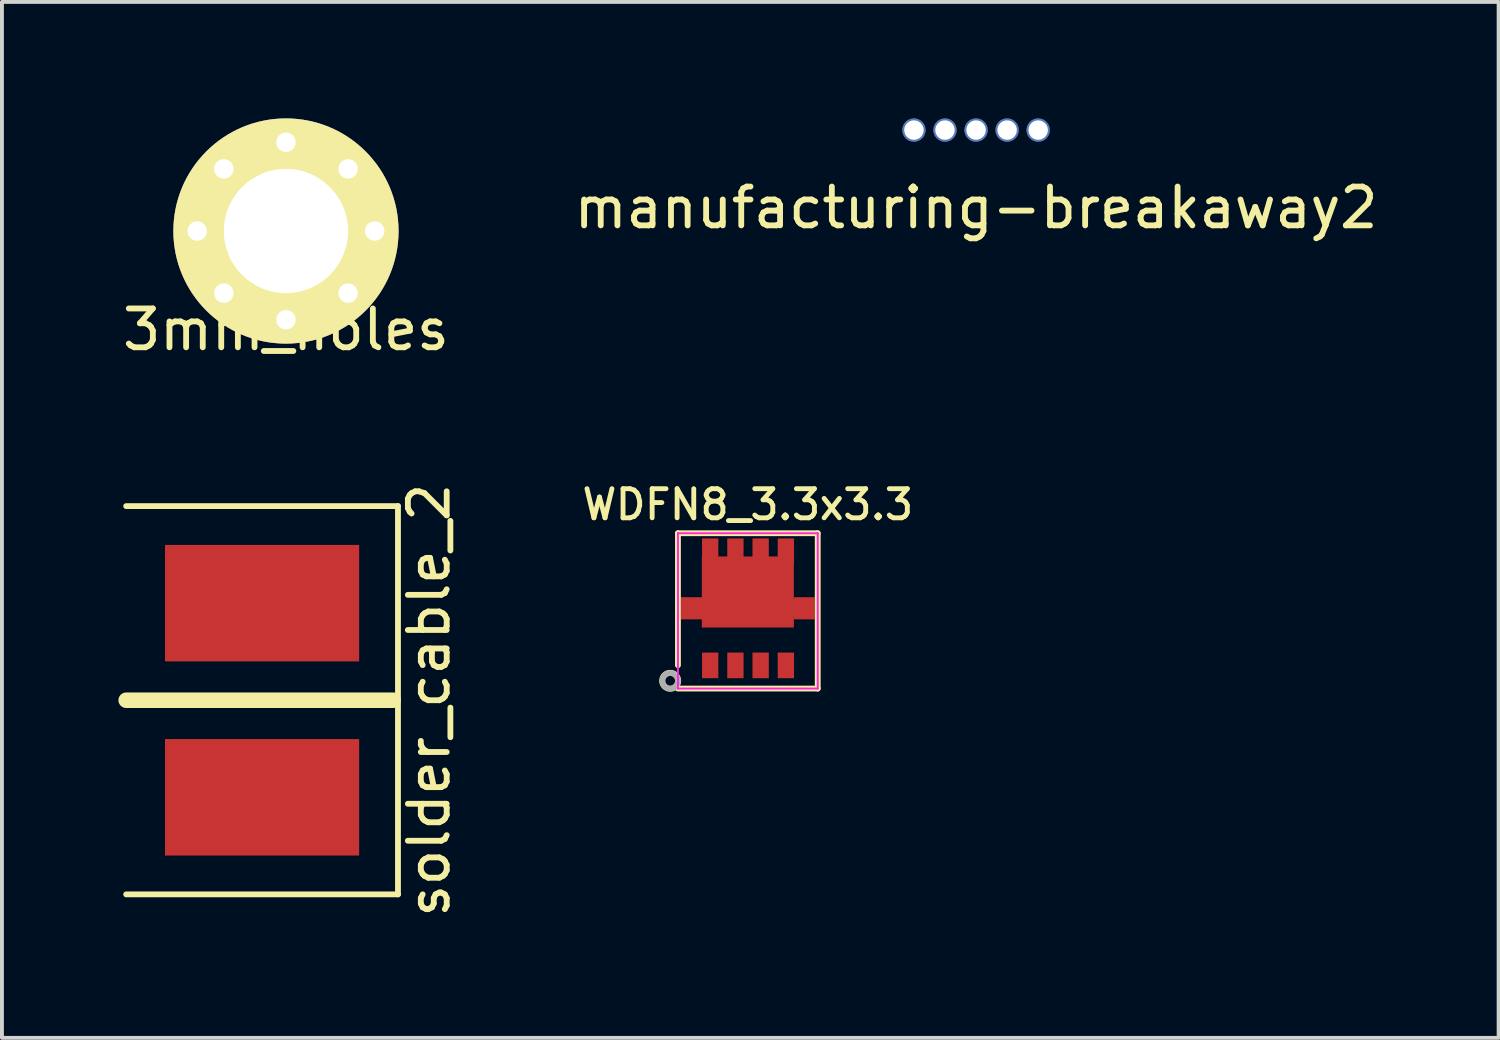
<source format=kicad_pcb>
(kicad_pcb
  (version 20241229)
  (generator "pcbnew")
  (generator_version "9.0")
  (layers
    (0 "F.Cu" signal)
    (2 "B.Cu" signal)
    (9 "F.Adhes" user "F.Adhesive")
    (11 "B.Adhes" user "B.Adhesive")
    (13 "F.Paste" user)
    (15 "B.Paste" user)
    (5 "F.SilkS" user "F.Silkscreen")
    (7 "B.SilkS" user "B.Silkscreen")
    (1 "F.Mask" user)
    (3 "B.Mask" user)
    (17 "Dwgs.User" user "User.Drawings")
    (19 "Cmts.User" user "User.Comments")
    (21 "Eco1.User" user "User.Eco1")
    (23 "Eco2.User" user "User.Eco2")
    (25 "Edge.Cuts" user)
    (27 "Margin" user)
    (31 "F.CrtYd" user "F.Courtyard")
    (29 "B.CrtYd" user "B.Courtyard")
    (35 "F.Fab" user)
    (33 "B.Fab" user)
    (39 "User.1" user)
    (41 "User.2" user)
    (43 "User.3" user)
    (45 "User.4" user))
  (footprint "3mm_holes"
    (layer "F.Cu")
    (at 4.315 2.9)
    (property "Reference" "3mm_holes" (at 0 2.54 0) (layer "F.SilkS") (effects (font (size 1 1) (thickness 0.15))))
    (attr through_hole)
    (pad "1" thru_hole circle (at -2.286 0) (size 0.5 0.5) (drill 0.5) (layers "*.Cu" "*.Mask" "F.SilkS"))
    (pad "1" thru_hole circle (at -1.6 -1.6) (size 0.5 0.5) (drill 0.5) (layers "*.Cu" "*.Mask" "F.SilkS"))
    (pad "1" thru_hole circle (at -1.6 1.6) (size 0.5 0.5) (drill 0.5) (layers "*.Cu" "*.Mask" "F.SilkS"))
    (pad "1" thru_hole circle (at 0 -2.286) (size 0.5 0.5) (drill 0.5) (layers "*.Cu" "*.Mask" "F.SilkS"))
    (pad "1" thru_hole circle (at 0 0) (size 5.8 5.8) (drill 3.2) (layers "*.Cu" "*.Mask" "F.SilkS"))
    (pad "1" thru_hole circle (at 0 2.286) (size 0.5 0.5) (drill 0.5) (layers "*.Cu" "*.Mask" "F.SilkS"))
    (pad "1" thru_hole circle (at 1.6 -1.6) (size 0.5 0.5) (drill 0.5) (layers "*.Cu" "*.Mask" "F.SilkS"))
    (pad "1" thru_hole circle (at 1.6 1.6) (size 0.5 0.5) (drill 0.5) (layers "*.Cu" "*.Mask" "F.SilkS"))
    (pad "1" thru_hole circle (at 2.286 0) (size 0.5 0.5) (drill 0.5) (layers "*.Cu" "*.Mask" "F.SilkS")))
  (footprint "solder_cable_2"
    (layer "F.Cu")
    (at 3.7 14.985)
    (property "Reference" "solder_cable_2" (at 4.3 0 90) (layer "F.SilkS") (effects (font (size 1 1) (thickness 0.15))))
    (attr through_hole)
    (fp_line (start -3.5 -5) (end 3.5 -5) (stroke (width 0.15) (type solid)) (layer "F.SilkS"))
    (fp_line (start -3.5 0) (end 3.375 0) (stroke (width 0.4) (type solid)) (layer "F.SilkS"))
    (fp_line (start 3.5 -5) (end 3.5 5) (stroke (width 0.15) (type solid)) (layer "F.SilkS"))
    (fp_line (start 3.5 5) (end -3.5 5) (stroke (width 0.15) (type solid)) (layer "F.SilkS"))
    (pad "1" connect rect (at 0 -2.5) (size 5 3) (layers "F.Cu" "F.Mask"))
    (pad "2" connect rect (at 0 2.5) (size 5 3) (layers "F.Cu" "F.Mask")))
  (footprint "WDFN8_3.3x3.3"
    (layer "F.Cu")
    (at 16.211 12.484)
    (property "Reference" "WDFN8_3.3x3.3" (at 0 -2.538 0) (layer "F.SilkS") (effects (font (size 0.75 0.75) (thickness 0.125))))
    (attr through_hole)
    (fp_line (start -1.8 -1.8) (end 1.8 -1.8) (stroke (width 0.15) (type solid)) (layer "F.SilkS"))
    (fp_line (start -1.8 1.6) (end -1.8 -1.8) (stroke (width 0.15) (type solid)) (layer "F.SilkS"))
    (fp_line (start 1.8 -1.8) (end 1.8 2.2) (stroke (width 0.15) (type solid)) (layer "F.SilkS"))
    (fp_line (start 1.8 2.2) (end -1.8 2.2) (stroke (width 0.15) (type solid)) (layer "F.SilkS"))
    (fp_circle (center -2 2) (end -2.2 1.947) (stroke (width 0.15) (type solid)) (fill no) (layer "F.SilkS"))
    (fp_line (start -1.8 -1.8) (end -1.8 2.2) (stroke (width 0.05) (type solid)) (layer "F.CrtYd"))
    (fp_line (start -1.8 2.2) (end 1.8 2.2) (stroke (width 0.05) (type solid)) (layer "F.CrtYd"))
    (fp_line (start 1.8 -1.8) (end -1.8 -1.8) (stroke (width 0.05) (type solid)) (layer "F.CrtYd"))
    (fp_line (start 1.8 2.2) (end 1.8 -1.8) (stroke (width 0.05) (type solid)) (layer "F.CrtYd"))
    (fp_circle (center -2 2) (end -2 2.2) (stroke (width 0.15) (type solid)) (fill no) (layer "F.Fab"))
    (pad "1" smd rect (at -0.97 1.603 180) (size 0.42 0.66) (layers "F.Cu" "F.Mask" "F.Paste"))
    (pad "1" smd rect (at -0.32 1.603 180) (size 0.42 0.66) (layers "F.Cu" "F.Mask" "F.Paste"))
    (pad "1" smd rect (at 0.33 1.603 180) (size 0.42 0.66) (layers "F.Cu" "F.Mask" "F.Paste"))
    (pad "2" smd rect (at 0.98 1.603 180) (size 0.42 0.66) (layers "F.Cu" "F.Mask" "F.Paste"))
    (pad "3" smd rect (at -1.45 0.133 180) (size 0.545 0.57) (layers "F.Cu" "F.Mask"))
    (pad "3" smd rect (at -1.385 0.142 180) (size 0.55 0.42) (layers "F.Cu" "F.Paste"))
    (pad "3" smd rect (at -0.98 -1.333) (size 0.26 0.5) (layers "F.Cu" "F.Paste"))
    (pad "3" smd rect (at -0.97 -1.337 180) (size 0.42 0.66) (layers "F.Cu" "F.Mask"))
    (pad "3" smd rect (at -0.61 -0.848) (size 1 0.47) (layers "F.Cu" "F.Paste"))
    (pad "3" smd rect (at -0.61 0.052 180) (size 1 1) (layers "F.Cu" "F.Paste"))
    (pad "3" smd rect (at -0.34 -1.333) (size 0.26 0.5) (layers "F.Cu" "F.Paste"))
    (pad "3" smd rect (at -0.32 -1.337 180) (size 0.42 0.66) (layers "F.Cu" "F.Mask"))
    (pad "3" smd rect (at 0 -0.287 180) (size 2.37 1.83) (layers "F.Cu" "F.Mask"))
    (pad "3" smd rect (at 0.33 -1.337 180) (size 0.42 0.66) (layers "F.Cu" "F.Mask"))
    (pad "3" smd rect (at 0.34 -1.333 180) (size 0.26 0.5) (layers "F.Cu" "F.Paste"))
    (pad "3" smd rect (at 0.61 -0.848 180) (size 1 0.47) (layers "F.Cu" "F.Paste"))
    (pad "3" smd rect (at 0.61 0.052 180) (size 1 1) (layers "F.Cu" "F.Paste"))
    (pad "3" smd rect (at 0.98 -1.337 180) (size 0.42 0.66) (layers "F.Cu" "F.Mask"))
    (pad "3" smd rect (at 0.98 -1.333 180) (size 0.26 0.5) (layers "F.Cu" "F.Paste"))
    (pad "3" smd rect (at 1.385 0.142 180) (size 0.55 0.42) (layers "F.Cu" "F.Paste"))
    (pad "3" smd rect (at 1.45 0.133 180) (size 0.545 0.57) (layers "F.Cu" "F.Mask")))
  (footprint "manufacturing-breakaway2"
    (layer "F.Cu")
    (at 22.089 0.3)
    (property "Reference" "manufacturing-breakaway2" (at 0 2 0) (layer "F.SilkS") (effects (font (size 1 1) (thickness 0.15))))
    (attr through_hole)
    (pad "" np_thru_hole circle (at -1.6 0) (size 0.6 0.6) (drill 0.5) (layers "*.Cu"))
    (pad "" np_thru_hole circle (at -0.8 0) (size 0.6 0.6) (drill 0.5) (layers "*.Cu"))
    (pad "" np_thru_hole circle (at 0 0) (size 0.6 0.6) (drill 0.5) (layers "*.Cu"))
    (pad "" np_thru_hole circle (at 0.8 0) (size 0.6 0.6) (drill 0.5) (layers "*.Cu"))
    (pad "" np_thru_hole circle (at 1.6 0) (size 0.6 0.6) (drill 0.5) (layers "*.Cu")))
  (gr_rect
    (start -3 -3)
    (end 35.548 23.681)
    (stroke (width 0.1) (type default))
    (fill no)
    (layer "Edge.Cuts")))
</source>
